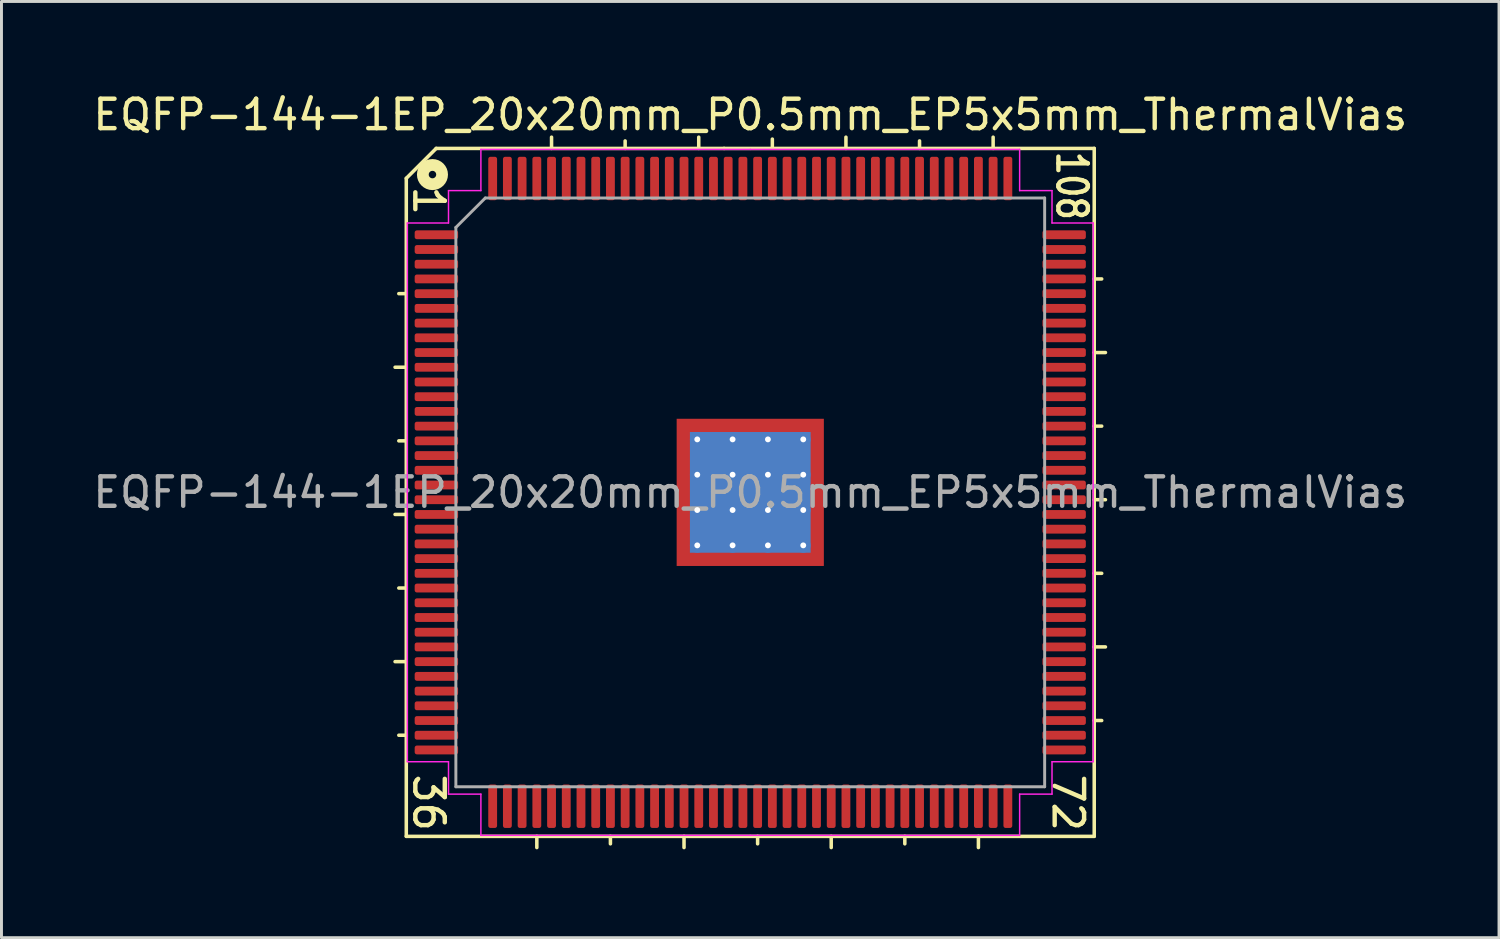
<source format=kicad_pcb>
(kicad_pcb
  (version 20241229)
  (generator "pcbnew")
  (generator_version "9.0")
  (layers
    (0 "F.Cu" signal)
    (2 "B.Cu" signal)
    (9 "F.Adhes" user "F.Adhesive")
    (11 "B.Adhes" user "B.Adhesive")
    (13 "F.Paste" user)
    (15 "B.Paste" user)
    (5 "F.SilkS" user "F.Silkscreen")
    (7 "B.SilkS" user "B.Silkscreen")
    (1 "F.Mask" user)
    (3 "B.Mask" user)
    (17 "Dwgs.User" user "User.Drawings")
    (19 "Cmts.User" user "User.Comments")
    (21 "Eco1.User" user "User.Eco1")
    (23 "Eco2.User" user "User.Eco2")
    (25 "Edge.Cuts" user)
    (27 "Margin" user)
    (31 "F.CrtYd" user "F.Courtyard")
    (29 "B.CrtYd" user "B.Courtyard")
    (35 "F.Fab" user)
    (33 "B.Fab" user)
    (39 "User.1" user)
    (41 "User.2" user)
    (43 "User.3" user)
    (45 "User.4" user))
  (footprint "EQFP-144-1EP_20x20mm_P0.5mm_EP5x5mm_ThermalVias"
    (layer "F.Cu")
    (at 22.435 13.675)
    (property "Reference" "EQFP-144-1EP_20x20mm_P0.5mm_EP5x5mm_ThermalVias" (at 0 -12.827 0) (layer "F.SilkS") (effects (font (size 1 1) (thickness 0.15))))
    (attr smd)
    (fp_line (start -11.684 -10.668) (end -11.684 11.684) (stroke (width 0.12) (type solid)) (layer "F.SilkS"))
    (fp_line (start -11.684 -6.75) (end -11.938 -6.75) (stroke (width 0.12) (type solid)) (layer "F.SilkS"))
    (fp_line (start -11.684 -4.25) (end -12.065 -4.25) (stroke (width 0.12) (type solid)) (layer "F.SilkS"))
    (fp_line (start -11.684 -1.75) (end -11.938 -1.75) (stroke (width 0.12) (type solid)) (layer "F.SilkS"))
    (fp_line (start -11.684 0.75) (end -12.065 0.75) (stroke (width 0.12) (type solid)) (layer "F.SilkS"))
    (fp_line (start -11.684 3.25) (end -11.938 3.25) (stroke (width 0.12) (type solid)) (layer "F.SilkS"))
    (fp_line (start -11.684 5.75) (end -12.065 5.75) (stroke (width 0.12) (type solid)) (layer "F.SilkS"))
    (fp_line (start -11.684 8.25) (end -11.938 8.25) (stroke (width 0.12) (type solid)) (layer "F.SilkS"))
    (fp_line (start -11.684 11.684) (end 11.684 11.684) (stroke (width 0.12) (type solid)) (layer "F.SilkS"))
    (fp_line (start -10.668 -11.684) (end -11.684 -10.668) (stroke (width 0.12) (type solid)) (layer "F.SilkS"))
    (fp_line (start -7.25 11.684) (end -7.25 12.065) (stroke (width 0.12) (type solid)) (layer "F.SilkS"))
    (fp_line (start -6.75 -11.684) (end -6.75 -12.065) (stroke (width 0.12) (type solid)) (layer "F.SilkS"))
    (fp_line (start -4.75 11.684) (end -4.75 11.938) (stroke (width 0.12) (type solid)) (layer "F.SilkS"))
    (fp_line (start -4.25 -11.684) (end -4.25 -11.938) (stroke (width 0.12) (type solid)) (layer "F.SilkS"))
    (fp_line (start -2.25 11.684) (end -2.25 12.065) (stroke (width 0.12) (type solid)) (layer "F.SilkS"))
    (fp_line (start -1.75 -11.684) (end -1.75 -12.065) (stroke (width 0.12) (type solid)) (layer "F.SilkS"))
    (fp_line (start -0.889 -11.684) (end -10.668 -11.684) (stroke (width 0.12) (type solid)) (layer "F.SilkS"))
    (fp_line (start 0.25 11.684) (end 0.25 11.938) (stroke (width 0.12) (type solid)) (layer "F.SilkS"))
    (fp_line (start 0.75 -11.75) (end 0.75 -12) (stroke (width 0.12) (type solid)) (layer "F.SilkS"))
    (fp_line (start 2.75 11.684) (end 2.75 12.065) (stroke (width 0.12) (type solid)) (layer "F.SilkS"))
    (fp_line (start 3.25 -11.684) (end 3.25 -12.065) (stroke (width 0.12) (type solid)) (layer "F.SilkS"))
    (fp_line (start 5.25 11.684) (end 5.25 11.938) (stroke (width 0.12) (type solid)) (layer "F.SilkS"))
    (fp_line (start 5.75 -11.684) (end 5.75 -11.938) (stroke (width 0.12) (type solid)) (layer "F.SilkS"))
    (fp_line (start 7.75 11.684) (end 7.75 12.065) (stroke (width 0.12) (type solid)) (layer "F.SilkS"))
    (fp_line (start 8.25 -11.684) (end 8.25 -12.065) (stroke (width 0.12) (type solid)) (layer "F.SilkS"))
    (fp_line (start 11.684 -11.684) (end -0.889 -11.684) (stroke (width 0.12) (type solid)) (layer "F.SilkS"))
    (fp_line (start 11.684 -7.25) (end 11.938 -7.25) (stroke (width 0.12) (type solid)) (layer "F.SilkS"))
    (fp_line (start 11.684 -4.75) (end 12.065 -4.75) (stroke (width 0.12) (type solid)) (layer "F.SilkS"))
    (fp_line (start 11.684 -2.25) (end 11.938 -2.25) (stroke (width 0.12) (type solid)) (layer "F.SilkS"))
    (fp_line (start 11.684 0.25) (end 12.065 0.25) (stroke (width 0.12) (type solid)) (layer "F.SilkS"))
    (fp_line (start 11.684 2.75) (end 11.938 2.75) (stroke (width 0.12) (type solid)) (layer "F.SilkS"))
    (fp_line (start 11.684 5.25) (end 12.065 5.25) (stroke (width 0.12) (type solid)) (layer "F.SilkS"))
    (fp_line (start 11.684 7.75) (end 11.938 7.75) (stroke (width 0.12) (type solid)) (layer "F.SilkS"))
    (fp_line (start 11.684 11.684) (end 11.684 -11.684) (stroke (width 0.12) (type solid)) (layer "F.SilkS"))
    (fp_circle (center -10.795 -10.795) (end -10.668 -10.795) (stroke (width 0.4) (type solid)) (fill no) (layer "F.SilkS"))
    (fp_line (start -11.65 -9.15) (end -11.65 0) (stroke (width 0.05) (type solid)) (layer "F.CrtYd"))
    (fp_line (start -11.65 9.15) (end -11.65 0) (stroke (width 0.05) (type solid)) (layer "F.CrtYd"))
    (fp_line (start -10.25 -10.25) (end -10.25 -9.15) (stroke (width 0.05) (type solid)) (layer "F.CrtYd"))
    (fp_line (start -10.25 -9.15) (end -11.65 -9.15) (stroke (width 0.05) (type solid)) (layer "F.CrtYd"))
    (fp_line (start -10.25 9.15) (end -11.65 9.15) (stroke (width 0.05) (type solid)) (layer "F.CrtYd"))
    (fp_line (start -10.25 10.25) (end -10.25 9.15) (stroke (width 0.05) (type solid)) (layer "F.CrtYd"))
    (fp_line (start -9.15 -11.65) (end -9.15 -10.25) (stroke (width 0.05) (type solid)) (layer "F.CrtYd"))
    (fp_line (start -9.15 -10.25) (end -10.25 -10.25) (stroke (width 0.05) (type solid)) (layer "F.CrtYd"))
    (fp_line (start -9.15 10.25) (end -10.25 10.25) (stroke (width 0.05) (type solid)) (layer "F.CrtYd"))
    (fp_line (start -9.15 11.65) (end -9.15 10.25) (stroke (width 0.05) (type solid)) (layer "F.CrtYd"))
    (fp_line (start 0 -11.65) (end -9.15 -11.65) (stroke (width 0.05) (type solid)) (layer "F.CrtYd"))
    (fp_line (start 0 -11.65) (end 9.15 -11.65) (stroke (width 0.05) (type solid)) (layer "F.CrtYd"))
    (fp_line (start 0 11.65) (end -9.15 11.65) (stroke (width 0.05) (type solid)) (layer "F.CrtYd"))
    (fp_line (start 0 11.65) (end 9.15 11.65) (stroke (width 0.05) (type solid)) (layer "F.CrtYd"))
    (fp_line (start 9.15 -11.65) (end 9.15 -10.25) (stroke (width 0.05) (type solid)) (layer "F.CrtYd"))
    (fp_line (start 9.15 -10.25) (end 10.25 -10.25) (stroke (width 0.05) (type solid)) (layer "F.CrtYd"))
    (fp_line (start 9.15 10.25) (end 10.25 10.25) (stroke (width 0.05) (type solid)) (layer "F.CrtYd"))
    (fp_line (start 9.15 11.65) (end 9.15 10.25) (stroke (width 0.05) (type solid)) (layer "F.CrtYd"))
    (fp_line (start 10.25 -10.25) (end 10.25 -9.15) (stroke (width 0.05) (type solid)) (layer "F.CrtYd"))
    (fp_line (start 10.25 -9.15) (end 11.65 -9.15) (stroke (width 0.05) (type solid)) (layer "F.CrtYd"))
    (fp_line (start 10.25 9.15) (end 11.65 9.15) (stroke (width 0.05) (type solid)) (layer "F.CrtYd"))
    (fp_line (start 10.25 10.25) (end 10.25 9.15) (stroke (width 0.05) (type solid)) (layer "F.CrtYd"))
    (fp_line (start 11.65 -9.15) (end 11.65 0) (stroke (width 0.05) (type solid)) (layer "F.CrtYd"))
    (fp_line (start 11.65 9.15) (end 11.65 0) (stroke (width 0.05) (type solid)) (layer "F.CrtYd"))
    (fp_line (start -10 -9) (end -9 -10) (stroke (width 0.1) (type solid)) (layer "F.Fab"))
    (fp_line (start -10 10) (end -10 -9) (stroke (width 0.1) (type solid)) (layer "F.Fab"))
    (fp_line (start -9 -10) (end 10 -10) (stroke (width 0.1) (type solid)) (layer "F.Fab"))
    (fp_line (start 10 -10) (end 10 10) (stroke (width 0.1) (type solid)) (layer "F.Fab"))
    (fp_line (start 10 10) (end -10 10) (stroke (width 0.1) (type solid)) (layer "F.Fab"))
    (fp_text user "1" (at -10.922 -9.906 270) (unlocked yes) (layer "F.SilkS") (effects (font (size 1 1) (thickness 0.15))))
    (fp_text user "108" (at 10.922 -10.414 270) (unlocked yes) (layer "F.SilkS") (effects (font (size 1 0.8) (thickness 0.15))))
    (fp_text user "36" (at -10.922 10.541 270) (unlocked yes) (layer "F.SilkS") (effects (font (size 1 1) (thickness 0.15))))
    (fp_text user "72" (at 10.795 10.541 270) (unlocked yes) (layer "F.SilkS") (effects (font (size 1 1) (thickness 0.15))))
    (fp_text user "${REFERENCE}" (at 0 0 0) (layer "F.Fab") (effects (font (size 1 1) (thickness 0.15))))
    (pad "" smd custom (at -2.15 -2.15) (size 0.46 0.46) (layers "F.Paste") (options (anchor circle)) (primitives (gr_poly (pts (xy 0.178 0.092) (xy 0.092 0.178) (xy -0.178 0.178) (xy -0.178 -0.178) (xy 0.178 -0.178)) (width 0.208) (fill yes))))
    (pad "" smd custom (at -2.15 -1.2) (size 0.495 0.495) (layers "F.Paste") (options (anchor circle)) (primitives (gr_poly (pts (xy 0.212 -0.356) (xy 0.212 0.356) (xy 0.154 0.414) (xy -0.212 0.414) (xy -0.212 -0.414) (xy 0.154 -0.414)) (width 0.14) (fill yes))))
    (pad "" smd custom (at -2.15 0) (size 0.495 0.495) (layers "F.Paste") (options (anchor circle)) (primitives (gr_poly (pts (xy 0.212 -0.356) (xy 0.212 0.356) (xy 0.154 0.414) (xy -0.212 0.414) (xy -0.212 -0.414) (xy 0.154 -0.414)) (width 0.14) (fill yes))))
    (pad "" smd custom (at -2.15 1.2) (size 0.495 0.495) (layers "F.Paste") (options (anchor circle)) (primitives (gr_poly (pts (xy 0.212 -0.356) (xy 0.212 0.356) (xy 0.154 0.414) (xy -0.212 0.414) (xy -0.212 -0.414) (xy 0.154 -0.414)) (width 0.14) (fill yes))))
    (pad "" smd custom (at -2.15 2.15) (size 0.46 0.46) (layers "F.Paste") (options (anchor circle)) (primitives (gr_poly (pts (xy 0.178 -0.092) (xy 0.178 0.178) (xy -0.178 0.178) (xy -0.178 -0.178) (xy 0.092 -0.178)) (width 0.208) (fill yes))))
    (pad "" smd custom (at -1.2 -2.15) (size 0.495 0.495) (layers "F.Paste") (options (anchor circle)) (primitives (gr_poly (pts (xy 0.414 0.154) (xy 0.356 0.212) (xy -0.356 0.212) (xy -0.414 0.154) (xy -0.414 -0.212) (xy 0.414 -0.212)) (width 0.14) (fill yes))))
    (pad "" smd roundrect (at -1.2 -1.2) (size 0.967 0.967) (layers "F.Paste") (roundrect_rratio 0.25))
    (pad "" smd roundrect (at -1.2 0) (size 0.967 0.967) (layers "F.Paste") (roundrect_rratio 0.25))
    (pad "" smd roundrect (at -1.2 1.2) (size 0.967 0.967) (layers "F.Paste") (roundrect_rratio 0.25))
    (pad "" smd custom (at -1.2 2.15) (size 0.495 0.495) (layers "F.Paste") (options (anchor circle)) (primitives (gr_poly (pts (xy 0.414 -0.154) (xy 0.414 0.212) (xy -0.414 0.212) (xy -0.414 -0.154) (xy -0.356 -0.212) (xy 0.356 -0.212)) (width 0.14) (fill yes))))
    (pad "" smd custom (at 0 -2.15) (size 0.495 0.495) (layers "F.Paste") (options (anchor circle)) (primitives (gr_poly (pts (xy 0.414 0.154) (xy 0.356 0.212) (xy -0.356 0.212) (xy -0.414 0.154) (xy -0.414 -0.212) (xy 0.414 -0.212)) (width 0.14) (fill yes))))
    (pad "" smd roundrect (at 0 -1.2) (size 0.967 0.967) (layers "F.Paste") (roundrect_rratio 0.25))
    (pad "" smd roundrect (at 0 0) (size 0.967 0.967) (layers "F.Paste") (roundrect_rratio 0.25))
    (pad "" smd roundrect (at 0 1.2) (size 0.967 0.967) (layers "F.Paste") (roundrect_rratio 0.25))
    (pad "" smd custom (at 0 2.15) (size 0.495 0.495) (layers "F.Paste") (options (anchor circle)) (primitives (gr_poly (pts (xy 0.414 -0.154) (xy 0.414 0.212) (xy -0.414 0.212) (xy -0.414 -0.154) (xy -0.356 -0.212) (xy 0.356 -0.212)) (width 0.14) (fill yes))))
    (pad "" smd custom (at 1.2 -2.15) (size 0.495 0.495) (layers "F.Paste") (options (anchor circle)) (primitives (gr_poly (pts (xy 0.414 0.154) (xy 0.356 0.212) (xy -0.356 0.212) (xy -0.414 0.154) (xy -0.414 -0.212) (xy 0.414 -0.212)) (width 0.14) (fill yes))))
    (pad "" smd roundrect (at 1.2 -1.2) (size 0.967 0.967) (layers "F.Paste") (roundrect_rratio 0.25))
    (pad "" smd roundrect (at 1.2 0) (size 0.967 0.967) (layers "F.Paste") (roundrect_rratio 0.25))
    (pad "" smd roundrect (at 1.2 1.2) (size 0.967 0.967) (layers "F.Paste") (roundrect_rratio 0.25))
    (pad "" smd custom (at 1.2 2.15) (size 0.495 0.495) (layers "F.Paste") (options (anchor circle)) (primitives (gr_poly (pts (xy 0.414 -0.154) (xy 0.414 0.212) (xy -0.414 0.212) (xy -0.414 -0.154) (xy -0.356 -0.212) (xy 0.356 -0.212)) (width 0.14) (fill yes))))
    (pad "" smd custom (at 2.15 -2.15) (size 0.46 0.46) (layers "F.Paste") (options (anchor circle)) (primitives (gr_poly (pts (xy 0.178 0.178) (xy -0.092 0.178) (xy -0.178 0.092) (xy -0.178 -0.178) (xy 0.178 -0.178)) (width 0.208) (fill yes))))
    (pad "" smd custom (at 2.15 -1.2) (size 0.495 0.495) (layers "F.Paste") (options (anchor circle)) (primitives (gr_poly (pts (xy 0.212 0.414) (xy -0.154 0.414) (xy -0.212 0.356) (xy -0.212 -0.356) (xy -0.154 -0.414) (xy 0.212 -0.414)) (width 0.14) (fill yes))))
    (pad "" smd custom (at 2.15 0) (size 0.495 0.495) (layers "F.Paste") (options (anchor circle)) (primitives (gr_poly (pts (xy 0.212 0.414) (xy -0.154 0.414) (xy -0.212 0.356) (xy -0.212 -0.356) (xy -0.154 -0.414) (xy 0.212 -0.414)) (width 0.14) (fill yes))))
    (pad "" smd custom (at 2.15 1.2) (size 0.495 0.495) (layers "F.Paste") (options (anchor circle)) (primitives (gr_poly (pts (xy 0.212 0.414) (xy -0.154 0.414) (xy -0.212 0.356) (xy -0.212 -0.356) (xy -0.154 -0.414) (xy 0.212 -0.414)) (width 0.14) (fill yes))))
    (pad "" smd custom (at 2.15 2.15) (size 0.46 0.46) (layers "F.Paste") (options (anchor circle)) (primitives (gr_poly (pts (xy 0.178 0.178) (xy -0.178 0.178) (xy -0.178 -0.092) (xy -0.092 -0.178) (xy 0.178 -0.178)) (width 0.208) (fill yes))))
    (pad "1" smd roundrect (at -10.662 -8.75) (size 1.475 0.3) (layers "F.Cu" "F.Mask" "F.Paste") (roundrect_rratio 0.25))
    (pad "2" smd roundrect (at -10.662 -8.25) (size 1.475 0.3) (layers "F.Cu" "F.Mask" "F.Paste") (roundrect_rratio 0.25))
    (pad "3" smd roundrect (at -10.662 -7.75) (size 1.475 0.3) (layers "F.Cu" "F.Mask" "F.Paste") (roundrect_rratio 0.25))
    (pad "4" smd roundrect (at -10.662 -7.25) (size 1.475 0.3) (layers "F.Cu" "F.Mask" "F.Paste") (roundrect_rratio 0.25))
    (pad "5" smd roundrect (at -10.662 -6.75) (size 1.475 0.3) (layers "F.Cu" "F.Mask" "F.Paste") (roundrect_rratio 0.25))
    (pad "6" smd roundrect (at -10.662 -6.25) (size 1.475 0.3) (layers "F.Cu" "F.Mask" "F.Paste") (roundrect_rratio 0.25))
    (pad "7" smd roundrect (at -10.662 -5.75) (size 1.475 0.3) (layers "F.Cu" "F.Mask" "F.Paste") (roundrect_rratio 0.25))
    (pad "8" smd roundrect (at -10.662 -5.25) (size 1.475 0.3) (layers "F.Cu" "F.Mask" "F.Paste") (roundrect_rratio 0.25))
    (pad "9" smd roundrect (at -10.662 -4.75) (size 1.475 0.3) (layers "F.Cu" "F.Mask" "F.Paste") (roundrect_rratio 0.25))
    (pad "10" smd roundrect (at -10.662 -4.25) (size 1.475 0.3) (layers "F.Cu" "F.Mask" "F.Paste") (roundrect_rratio 0.25))
    (pad "11" smd roundrect (at -10.662 -3.75) (size 1.475 0.3) (layers "F.Cu" "F.Mask" "F.Paste") (roundrect_rratio 0.25))
    (pad "12" smd roundrect (at -10.662 -3.25) (size 1.475 0.3) (layers "F.Cu" "F.Mask" "F.Paste") (roundrect_rratio 0.25))
    (pad "13" smd roundrect (at -10.662 -2.75) (size 1.475 0.3) (layers "F.Cu" "F.Mask" "F.Paste") (roundrect_rratio 0.25))
    (pad "14" smd roundrect (at -10.662 -2.25) (size 1.475 0.3) (layers "F.Cu" "F.Mask" "F.Paste") (roundrect_rratio 0.25))
    (pad "15" smd roundrect (at -10.662 -1.75) (size 1.475 0.3) (layers "F.Cu" "F.Mask" "F.Paste") (roundrect_rratio 0.25))
    (pad "16" smd roundrect (at -10.662 -1.25) (size 1.475 0.3) (layers "F.Cu" "F.Mask" "F.Paste") (roundrect_rratio 0.25))
    (pad "17" smd roundrect (at -10.662 -0.75) (size 1.475 0.3) (layers "F.Cu" "F.Mask" "F.Paste") (roundrect_rratio 0.25))
    (pad "18" smd roundrect (at -10.662 -0.25) (size 1.475 0.3) (layers "F.Cu" "F.Mask" "F.Paste") (roundrect_rratio 0.25))
    (pad "19" smd roundrect (at -10.662 0.25) (size 1.475 0.3) (layers "F.Cu" "F.Mask" "F.Paste") (roundrect_rratio 0.25))
    (pad "20" smd roundrect (at -10.662 0.75) (size 1.475 0.3) (layers "F.Cu" "F.Mask" "F.Paste") (roundrect_rratio 0.25))
    (pad "21" smd roundrect (at -10.662 1.25) (size 1.475 0.3) (layers "F.Cu" "F.Mask" "F.Paste") (roundrect_rratio 0.25))
    (pad "22" smd roundrect (at -10.662 1.75) (size 1.475 0.3) (layers "F.Cu" "F.Mask" "F.Paste") (roundrect_rratio 0.25))
    (pad "23" smd roundrect (at -10.662 2.25) (size 1.475 0.3) (layers "F.Cu" "F.Mask" "F.Paste") (roundrect_rratio 0.25))
    (pad "24" smd roundrect (at -10.662 2.75) (size 1.475 0.3) (layers "F.Cu" "F.Mask" "F.Paste") (roundrect_rratio 0.25))
    (pad "25" smd roundrect (at -10.662 3.25) (size 1.475 0.3) (layers "F.Cu" "F.Mask" "F.Paste") (roundrect_rratio 0.25))
    (pad "26" smd roundrect (at -10.662 3.75) (size 1.475 0.3) (layers "F.Cu" "F.Mask" "F.Paste") (roundrect_rratio 0.25))
    (pad "27" smd roundrect (at -10.662 4.25) (size 1.475 0.3) (layers "F.Cu" "F.Mask" "F.Paste") (roundrect_rratio 0.25))
    (pad "28" smd roundrect (at -10.662 4.75) (size 1.475 0.3) (layers "F.Cu" "F.Mask" "F.Paste") (roundrect_rratio 0.25))
    (pad "29" smd roundrect (at -10.662 5.25) (size 1.475 0.3) (layers "F.Cu" "F.Mask" "F.Paste") (roundrect_rratio 0.25))
    (pad "30" smd roundrect (at -10.662 5.75) (size 1.475 0.3) (layers "F.Cu" "F.Mask" "F.Paste") (roundrect_rratio 0.25))
    (pad "31" smd roundrect (at -10.662 6.25) (size 1.475 0.3) (layers "F.Cu" "F.Mask" "F.Paste") (roundrect_rratio 0.25))
    (pad "32" smd roundrect (at -10.662 6.75) (size 1.475 0.3) (layers "F.Cu" "F.Mask" "F.Paste") (roundrect_rratio 0.25))
    (pad "33" smd roundrect (at -10.662 7.25) (size 1.475 0.3) (layers "F.Cu" "F.Mask" "F.Paste") (roundrect_rratio 0.25))
    (pad "34" smd roundrect (at -10.662 7.75) (size 1.475 0.3) (layers "F.Cu" "F.Mask" "F.Paste") (roundrect_rratio 0.25))
    (pad "35" smd roundrect (at -10.662 8.25) (size 1.475 0.3) (layers "F.Cu" "F.Mask" "F.Paste") (roundrect_rratio 0.25))
    (pad "36" smd roundrect (at -10.662 8.75) (size 1.475 0.3) (layers "F.Cu" "F.Mask" "F.Paste") (roundrect_rratio 0.25))
    (pad "37" smd roundrect (at -8.75 10.662) (size 0.3 1.475) (layers "F.Cu" "F.Mask" "F.Paste") (roundrect_rratio 0.25))
    (pad "38" smd roundrect (at -8.25 10.662) (size 0.3 1.475) (layers "F.Cu" "F.Mask" "F.Paste") (roundrect_rratio 0.25))
    (pad "39" smd roundrect (at -7.75 10.662) (size 0.3 1.475) (layers "F.Cu" "F.Mask" "F.Paste") (roundrect_rratio 0.25))
    (pad "40" smd roundrect (at -7.25 10.662) (size 0.3 1.475) (layers "F.Cu" "F.Mask" "F.Paste") (roundrect_rratio 0.25))
    (pad "41" smd roundrect (at -6.75 10.662) (size 0.3 1.475) (layers "F.Cu" "F.Mask" "F.Paste") (roundrect_rratio 0.25))
    (pad "42" smd roundrect (at -6.25 10.662) (size 0.3 1.475) (layers "F.Cu" "F.Mask" "F.Paste") (roundrect_rratio 0.25))
    (pad "43" smd roundrect (at -5.75 10.662) (size 0.3 1.475) (layers "F.Cu" "F.Mask" "F.Paste") (roundrect_rratio 0.25))
    (pad "44" smd roundrect (at -5.25 10.662) (size 0.3 1.475) (layers "F.Cu" "F.Mask" "F.Paste") (roundrect_rratio 0.25))
    (pad "45" smd roundrect (at -4.75 10.662) (size 0.3 1.475) (layers "F.Cu" "F.Mask" "F.Paste") (roundrect_rratio 0.25))
    (pad "46" smd roundrect (at -4.25 10.662) (size 0.3 1.475) (layers "F.Cu" "F.Mask" "F.Paste") (roundrect_rratio 0.25))
    (pad "47" smd roundrect (at -3.75 10.662) (size 0.3 1.475) (layers "F.Cu" "F.Mask" "F.Paste") (roundrect_rratio 0.25))
    (pad "48" smd roundrect (at -3.25 10.662) (size 0.3 1.475) (layers "F.Cu" "F.Mask" "F.Paste") (roundrect_rratio 0.25))
    (pad "49" smd roundrect (at -2.75 10.662) (size 0.3 1.475) (layers "F.Cu" "F.Mask" "F.Paste") (roundrect_rratio 0.25))
    (pad "50" smd roundrect (at -2.25 10.662) (size 0.3 1.475) (layers "F.Cu" "F.Mask" "F.Paste") (roundrect_rratio 0.25))
    (pad "51" smd roundrect (at -1.75 10.662) (size 0.3 1.475) (layers "F.Cu" "F.Mask" "F.Paste") (roundrect_rratio 0.25))
    (pad "52" smd roundrect (at -1.25 10.662) (size 0.3 1.475) (layers "F.Cu" "F.Mask" "F.Paste") (roundrect_rratio 0.25))
    (pad "53" smd roundrect (at -0.75 10.662) (size 0.3 1.475) (layers "F.Cu" "F.Mask" "F.Paste") (roundrect_rratio 0.25))
    (pad "54" smd roundrect (at -0.25 10.662) (size 0.3 1.475) (layers "F.Cu" "F.Mask" "F.Paste") (roundrect_rratio 0.25))
    (pad "55" smd roundrect (at 0.25 10.662) (size 0.3 1.475) (layers "F.Cu" "F.Mask" "F.Paste") (roundrect_rratio 0.25))
    (pad "56" smd roundrect (at 0.75 10.662) (size 0.3 1.475) (layers "F.Cu" "F.Mask" "F.Paste") (roundrect_rratio 0.25))
    (pad "57" smd roundrect (at 1.25 10.662) (size 0.3 1.475) (layers "F.Cu" "F.Mask" "F.Paste") (roundrect_rratio 0.25))
    (pad "58" smd roundrect (at 1.75 10.662) (size 0.3 1.475) (layers "F.Cu" "F.Mask" "F.Paste") (roundrect_rratio 0.25))
    (pad "59" smd roundrect (at 2.25 10.662) (size 0.3 1.475) (layers "F.Cu" "F.Mask" "F.Paste") (roundrect_rratio 0.25))
    (pad "60" smd roundrect (at 2.75 10.662) (size 0.3 1.475) (layers "F.Cu" "F.Mask" "F.Paste") (roundrect_rratio 0.25))
    (pad "61" smd roundrect (at 3.25 10.662) (size 0.3 1.475) (layers "F.Cu" "F.Mask" "F.Paste") (roundrect_rratio 0.25))
    (pad "62" smd roundrect (at 3.75 10.662) (size 0.3 1.475) (layers "F.Cu" "F.Mask" "F.Paste") (roundrect_rratio 0.25))
    (pad "63" smd roundrect (at 4.25 10.662) (size 0.3 1.475) (layers "F.Cu" "F.Mask" "F.Paste") (roundrect_rratio 0.25))
    (pad "64" smd roundrect (at 4.75 10.662) (size 0.3 1.475) (layers "F.Cu" "F.Mask" "F.Paste") (roundrect_rratio 0.25))
    (pad "65" smd roundrect (at 5.25 10.662) (size 0.3 1.475) (layers "F.Cu" "F.Mask" "F.Paste") (roundrect_rratio 0.25))
    (pad "66" smd roundrect (at 5.75 10.662) (size 0.3 1.475) (layers "F.Cu" "F.Mask" "F.Paste") (roundrect_rratio 0.25))
    (pad "67" smd roundrect (at 6.25 10.662) (size 0.3 1.475) (layers "F.Cu" "F.Mask" "F.Paste") (roundrect_rratio 0.25))
    (pad "68" smd roundrect (at 6.75 10.662) (size 0.3 1.475) (layers "F.Cu" "F.Mask" "F.Paste") (roundrect_rratio 0.25))
    (pad "69" smd roundrect (at 7.25 10.662) (size 0.3 1.475) (layers "F.Cu" "F.Mask" "F.Paste") (roundrect_rratio 0.25))
    (pad "70" smd roundrect (at 7.75 10.662) (size 0.3 1.475) (layers "F.Cu" "F.Mask" "F.Paste") (roundrect_rratio 0.25))
    (pad "71" smd roundrect (at 8.25 10.662) (size 0.3 1.475) (layers "F.Cu" "F.Mask" "F.Paste") (roundrect_rratio 0.25))
    (pad "72" smd roundrect (at 8.75 10.662) (size 0.3 1.475) (layers "F.Cu" "F.Mask" "F.Paste") (roundrect_rratio 0.25))
    (pad "73" smd roundrect (at 10.662 8.75) (size 1.475 0.3) (layers "F.Cu" "F.Mask" "F.Paste") (roundrect_rratio 0.25))
    (pad "74" smd roundrect (at 10.662 8.25) (size 1.475 0.3) (layers "F.Cu" "F.Mask" "F.Paste") (roundrect_rratio 0.25))
    (pad "75" smd roundrect (at 10.662 7.75) (size 1.475 0.3) (layers "F.Cu" "F.Mask" "F.Paste") (roundrect_rratio 0.25))
    (pad "76" smd roundrect (at 10.662 7.25) (size 1.475 0.3) (layers "F.Cu" "F.Mask" "F.Paste") (roundrect_rratio 0.25))
    (pad "77" smd roundrect (at 10.662 6.75) (size 1.475 0.3) (layers "F.Cu" "F.Mask" "F.Paste") (roundrect_rratio 0.25))
    (pad "78" smd roundrect (at 10.662 6.25) (size 1.475 0.3) (layers "F.Cu" "F.Mask" "F.Paste") (roundrect_rratio 0.25))
    (pad "79" smd roundrect (at 10.662 5.75) (size 1.475 0.3) (layers "F.Cu" "F.Mask" "F.Paste") (roundrect_rratio 0.25))
    (pad "80" smd roundrect (at 10.662 5.25) (size 1.475 0.3) (layers "F.Cu" "F.Mask" "F.Paste") (roundrect_rratio 0.25))
    (pad "81" smd roundrect (at 10.662 4.75) (size 1.475 0.3) (layers "F.Cu" "F.Mask" "F.Paste") (roundrect_rratio 0.25))
    (pad "82" smd roundrect (at 10.662 4.25) (size 1.475 0.3) (layers "F.Cu" "F.Mask" "F.Paste") (roundrect_rratio 0.25))
    (pad "83" smd roundrect (at 10.662 3.75) (size 1.475 0.3) (layers "F.Cu" "F.Mask" "F.Paste") (roundrect_rratio 0.25))
    (pad "84" smd roundrect (at 10.662 3.25) (size 1.475 0.3) (layers "F.Cu" "F.Mask" "F.Paste") (roundrect_rratio 0.25))
    (pad "85" smd roundrect (at 10.662 2.75) (size 1.475 0.3) (layers "F.Cu" "F.Mask" "F.Paste") (roundrect_rratio 0.25))
    (pad "86" smd roundrect (at 10.662 2.25) (size 1.475 0.3) (layers "F.Cu" "F.Mask" "F.Paste") (roundrect_rratio 0.25))
    (pad "87" smd roundrect (at 10.662 1.75) (size 1.475 0.3) (layers "F.Cu" "F.Mask" "F.Paste") (roundrect_rratio 0.25))
    (pad "88" smd roundrect (at 10.662 1.25) (size 1.475 0.3) (layers "F.Cu" "F.Mask" "F.Paste") (roundrect_rratio 0.25))
    (pad "89" smd roundrect (at 10.662 0.75) (size 1.475 0.3) (layers "F.Cu" "F.Mask" "F.Paste") (roundrect_rratio 0.25))
    (pad "90" smd roundrect (at 10.662 0.25) (size 1.475 0.3) (layers "F.Cu" "F.Mask" "F.Paste") (roundrect_rratio 0.25))
    (pad "91" smd roundrect (at 10.662 -0.25) (size 1.475 0.3) (layers "F.Cu" "F.Mask" "F.Paste") (roundrect_rratio 0.25))
    (pad "92" smd roundrect (at 10.662 -0.75) (size 1.475 0.3) (layers "F.Cu" "F.Mask" "F.Paste") (roundrect_rratio 0.25))
    (pad "93" smd roundrect (at 10.662 -1.25) (size 1.475 0.3) (layers "F.Cu" "F.Mask" "F.Paste") (roundrect_rratio 0.25))
    (pad "94" smd roundrect (at 10.662 -1.75) (size 1.475 0.3) (layers "F.Cu" "F.Mask" "F.Paste") (roundrect_rratio 0.25))
    (pad "95" smd roundrect (at 10.662 -2.25) (size 1.475 0.3) (layers "F.Cu" "F.Mask" "F.Paste") (roundrect_rratio 0.25))
    (pad "96" smd roundrect (at 10.662 -2.75) (size 1.475 0.3) (layers "F.Cu" "F.Mask" "F.Paste") (roundrect_rratio 0.25))
    (pad "97" smd roundrect (at 10.662 -3.25) (size 1.475 0.3) (layers "F.Cu" "F.Mask" "F.Paste") (roundrect_rratio 0.25))
    (pad "98" smd roundrect (at 10.662 -3.75) (size 1.475 0.3) (layers "F.Cu" "F.Mask" "F.Paste") (roundrect_rratio 0.25))
    (pad "99" smd roundrect (at 10.662 -4.25) (size 1.475 0.3) (layers "F.Cu" "F.Mask" "F.Paste") (roundrect_rratio 0.25))
    (pad "100" smd roundrect (at 10.662 -4.75) (size 1.475 0.3) (layers "F.Cu" "F.Mask" "F.Paste") (roundrect_rratio 0.25))
    (pad "101" smd roundrect (at 10.662 -5.25) (size 1.475 0.3) (layers "F.Cu" "F.Mask" "F.Paste") (roundrect_rratio 0.25))
    (pad "102" smd roundrect (at 10.662 -5.75) (size 1.475 0.3) (layers "F.Cu" "F.Mask" "F.Paste") (roundrect_rratio 0.25))
    (pad "103" smd roundrect (at 10.662 -6.25) (size 1.475 0.3) (layers "F.Cu" "F.Mask" "F.Paste") (roundrect_rratio 0.25))
    (pad "104" smd roundrect (at 10.662 -6.75) (size 1.475 0.3) (layers "F.Cu" "F.Mask" "F.Paste") (roundrect_rratio 0.25))
    (pad "105" smd roundrect (at 10.662 -7.25) (size 1.475 0.3) (layers "F.Cu" "F.Mask" "F.Paste") (roundrect_rratio 0.25))
    (pad "106" smd roundrect (at 10.662 -7.75) (size 1.475 0.3) (layers "F.Cu" "F.Mask" "F.Paste") (roundrect_rratio 0.25))
    (pad "107" smd roundrect (at 10.662 -8.25) (size 1.475 0.3) (layers "F.Cu" "F.Mask" "F.Paste") (roundrect_rratio 0.25))
    (pad "108" smd roundrect (at 10.662 -8.75) (size 1.475 0.3) (layers "F.Cu" "F.Mask" "F.Paste") (roundrect_rratio 0.25))
    (pad "109" smd roundrect (at 8.75 -10.662) (size 0.3 1.475) (layers "F.Cu" "F.Mask" "F.Paste") (roundrect_rratio 0.25))
    (pad "110" smd roundrect (at 8.25 -10.662) (size 0.3 1.475) (layers "F.Cu" "F.Mask" "F.Paste") (roundrect_rratio 0.25))
    (pad "111" smd roundrect (at 7.75 -10.662) (size 0.3 1.475) (layers "F.Cu" "F.Mask" "F.Paste") (roundrect_rratio 0.25))
    (pad "112" smd roundrect (at 7.25 -10.662) (size 0.3 1.475) (layers "F.Cu" "F.Mask" "F.Paste") (roundrect_rratio 0.25))
    (pad "113" smd roundrect (at 6.75 -10.662) (size 0.3 1.475) (layers "F.Cu" "F.Mask" "F.Paste") (roundrect_rratio 0.25))
    (pad "114" smd roundrect (at 6.25 -10.662) (size 0.3 1.475) (layers "F.Cu" "F.Mask" "F.Paste") (roundrect_rratio 0.25))
    (pad "115" smd roundrect (at 5.75 -10.662) (size 0.3 1.475) (layers "F.Cu" "F.Mask" "F.Paste") (roundrect_rratio 0.25))
    (pad "116" smd roundrect (at 5.25 -10.662) (size 0.3 1.475) (layers "F.Cu" "F.Mask" "F.Paste") (roundrect_rratio 0.25))
    (pad "117" smd roundrect (at 4.75 -10.662) (size 0.3 1.475) (layers "F.Cu" "F.Mask" "F.Paste") (roundrect_rratio 0.25))
    (pad "118" smd roundrect (at 4.25 -10.662) (size 0.3 1.475) (layers "F.Cu" "F.Mask" "F.Paste") (roundrect_rratio 0.25))
    (pad "119" smd roundrect (at 3.75 -10.662) (size 0.3 1.475) (layers "F.Cu" "F.Mask" "F.Paste") (roundrect_rratio 0.25))
    (pad "120" smd roundrect (at 3.25 -10.662) (size 0.3 1.475) (layers "F.Cu" "F.Mask" "F.Paste") (roundrect_rratio 0.25))
    (pad "121" smd roundrect (at 2.75 -10.662) (size 0.3 1.475) (layers "F.Cu" "F.Mask" "F.Paste") (roundrect_rratio 0.25))
    (pad "122" smd roundrect (at 2.25 -10.662) (size 0.3 1.475) (layers "F.Cu" "F.Mask" "F.Paste") (roundrect_rratio 0.25))
    (pad "123" smd roundrect (at 1.75 -10.662) (size 0.3 1.475) (layers "F.Cu" "F.Mask" "F.Paste") (roundrect_rratio 0.25))
    (pad "124" smd roundrect (at 1.25 -10.662) (size 0.3 1.475) (layers "F.Cu" "F.Mask" "F.Paste") (roundrect_rratio 0.25))
    (pad "125" smd roundrect (at 0.75 -10.662) (size 0.3 1.475) (layers "F.Cu" "F.Mask" "F.Paste") (roundrect_rratio 0.25))
    (pad "126" smd roundrect (at 0.25 -10.662) (size 0.3 1.475) (layers "F.Cu" "F.Mask" "F.Paste") (roundrect_rratio 0.25))
    (pad "127" smd roundrect (at -0.25 -10.662) (size 0.3 1.475) (layers "F.Cu" "F.Mask" "F.Paste") (roundrect_rratio 0.25))
    (pad "128" smd roundrect (at -0.75 -10.662) (size 0.3 1.475) (layers "F.Cu" "F.Mask" "F.Paste") (roundrect_rratio 0.25))
    (pad "129" smd roundrect (at -1.25 -10.662) (size 0.3 1.475) (layers "F.Cu" "F.Mask" "F.Paste") (roundrect_rratio 0.25))
    (pad "130" smd roundrect (at -1.75 -10.662) (size 0.3 1.475) (layers "F.Cu" "F.Mask" "F.Paste") (roundrect_rratio 0.25))
    (pad "131" smd roundrect (at -2.25 -10.662) (size 0.3 1.475) (layers "F.Cu" "F.Mask" "F.Paste") (roundrect_rratio 0.25))
    (pad "132" smd roundrect (at -2.75 -10.662) (size 0.3 1.475) (layers "F.Cu" "F.Mask" "F.Paste") (roundrect_rratio 0.25))
    (pad "133" smd roundrect (at -3.25 -10.662) (size 0.3 1.475) (layers "F.Cu" "F.Mask" "F.Paste") (roundrect_rratio 0.25))
    (pad "134" smd roundrect (at -3.75 -10.662) (size 0.3 1.475) (layers "F.Cu" "F.Mask" "F.Paste") (roundrect_rratio 0.25))
    (pad "135" smd roundrect (at -4.25 -10.662) (size 0.3 1.475) (layers "F.Cu" "F.Mask" "F.Paste") (roundrect_rratio 0.25))
    (pad "136" smd roundrect (at -4.75 -10.662) (size 0.3 1.475) (layers "F.Cu" "F.Mask" "F.Paste") (roundrect_rratio 0.25))
    (pad "137" smd roundrect (at -5.25 -10.662) (size 0.3 1.475) (layers "F.Cu" "F.Mask" "F.Paste") (roundrect_rratio 0.25))
    (pad "138" smd roundrect (at -5.75 -10.662) (size 0.3 1.475) (layers "F.Cu" "F.Mask" "F.Paste") (roundrect_rratio 0.25))
    (pad "139" smd roundrect (at -6.25 -10.662) (size 0.3 1.475) (layers "F.Cu" "F.Mask" "F.Paste") (roundrect_rratio 0.25))
    (pad "140" smd roundrect (at -6.75 -10.662) (size 0.3 1.475) (layers "F.Cu" "F.Mask" "F.Paste") (roundrect_rratio 0.25))
    (pad "141" smd roundrect (at -7.25 -10.662) (size 0.3 1.475) (layers "F.Cu" "F.Mask" "F.Paste") (roundrect_rratio 0.25))
    (pad "142" smd roundrect (at -7.75 -10.662) (size 0.3 1.475) (layers "F.Cu" "F.Mask" "F.Paste") (roundrect_rratio 0.25))
    (pad "143" smd roundrect (at -8.25 -10.662) (size 0.3 1.475) (layers "F.Cu" "F.Mask" "F.Paste") (roundrect_rratio 0.25))
    (pad "144" smd roundrect (at -8.75 -10.662) (size 0.3 1.475) (layers "F.Cu" "F.Mask" "F.Paste") (roundrect_rratio 0.25))
    (pad "145" thru_hole circle (at -1.8 -1.8) (size 0.5 0.5) (drill 0.2) (layers "*.Cu"))
    (pad "145" thru_hole circle (at -1.8 -0.6) (size 0.5 0.5) (drill 0.2) (layers "*.Cu"))
    (pad "145" thru_hole circle (at -1.8 0.6) (size 0.5 0.5) (drill 0.2) (layers "*.Cu"))
    (pad "145" thru_hole circle (at -1.8 1.8) (size 0.5 0.5) (drill 0.2) (layers "*.Cu"))
    (pad "145" thru_hole circle (at -0.6 -1.8) (size 0.5 0.5) (drill 0.2) (layers "*.Cu"))
    (pad "145" thru_hole circle (at -0.6 -0.6) (size 0.5 0.5) (drill 0.2) (layers "*.Cu"))
    (pad "145" thru_hole circle (at -0.6 0.6) (size 0.5 0.5) (drill 0.2) (layers "*.Cu"))
    (pad "145" thru_hole circle (at -0.6 1.8) (size 0.5 0.5) (drill 0.2) (layers "*.Cu"))
    (pad "145" smd rect (at 0 0) (size 4.1 4.1) (layers "B.Cu" "B.Mask"))
    (pad "145" smd rect (at 0 0) (size 5 5) (layers "F.Cu" "F.Mask"))
    (pad "145" thru_hole circle (at 0.6 -1.8) (size 0.5 0.5) (drill 0.2) (layers "*.Cu"))
    (pad "145" thru_hole circle (at 0.6 -0.6) (size 0.5 0.5) (drill 0.2) (layers "*.Cu"))
    (pad "145" thru_hole circle (at 0.6 0.6) (size 0.5 0.5) (drill 0.2) (layers "*.Cu"))
    (pad "145" thru_hole circle (at 0.6 1.8) (size 0.5 0.5) (drill 0.2) (layers "*.Cu"))
    (pad "145" thru_hole circle (at 1.8 -1.8) (size 0.5 0.5) (drill 0.2) (layers "*.Cu"))
    (pad "145" thru_hole circle (at 1.8 -0.6) (size 0.5 0.5) (drill 0.2) (layers "*.Cu"))
    (pad "145" thru_hole circle (at 1.8 0.6) (size 0.5 0.5) (drill 0.2) (layers "*.Cu"))
    (pad "145" thru_hole circle (at 1.8 1.8) (size 0.5 0.5) (drill 0.2) (layers "*.Cu")))
  (gr_rect
    (start -3 -3)
    (end 47.869 28.8)
    (stroke (width 0.1) (type default))
    (fill no)
    (layer "Edge.Cuts")))
</source>
